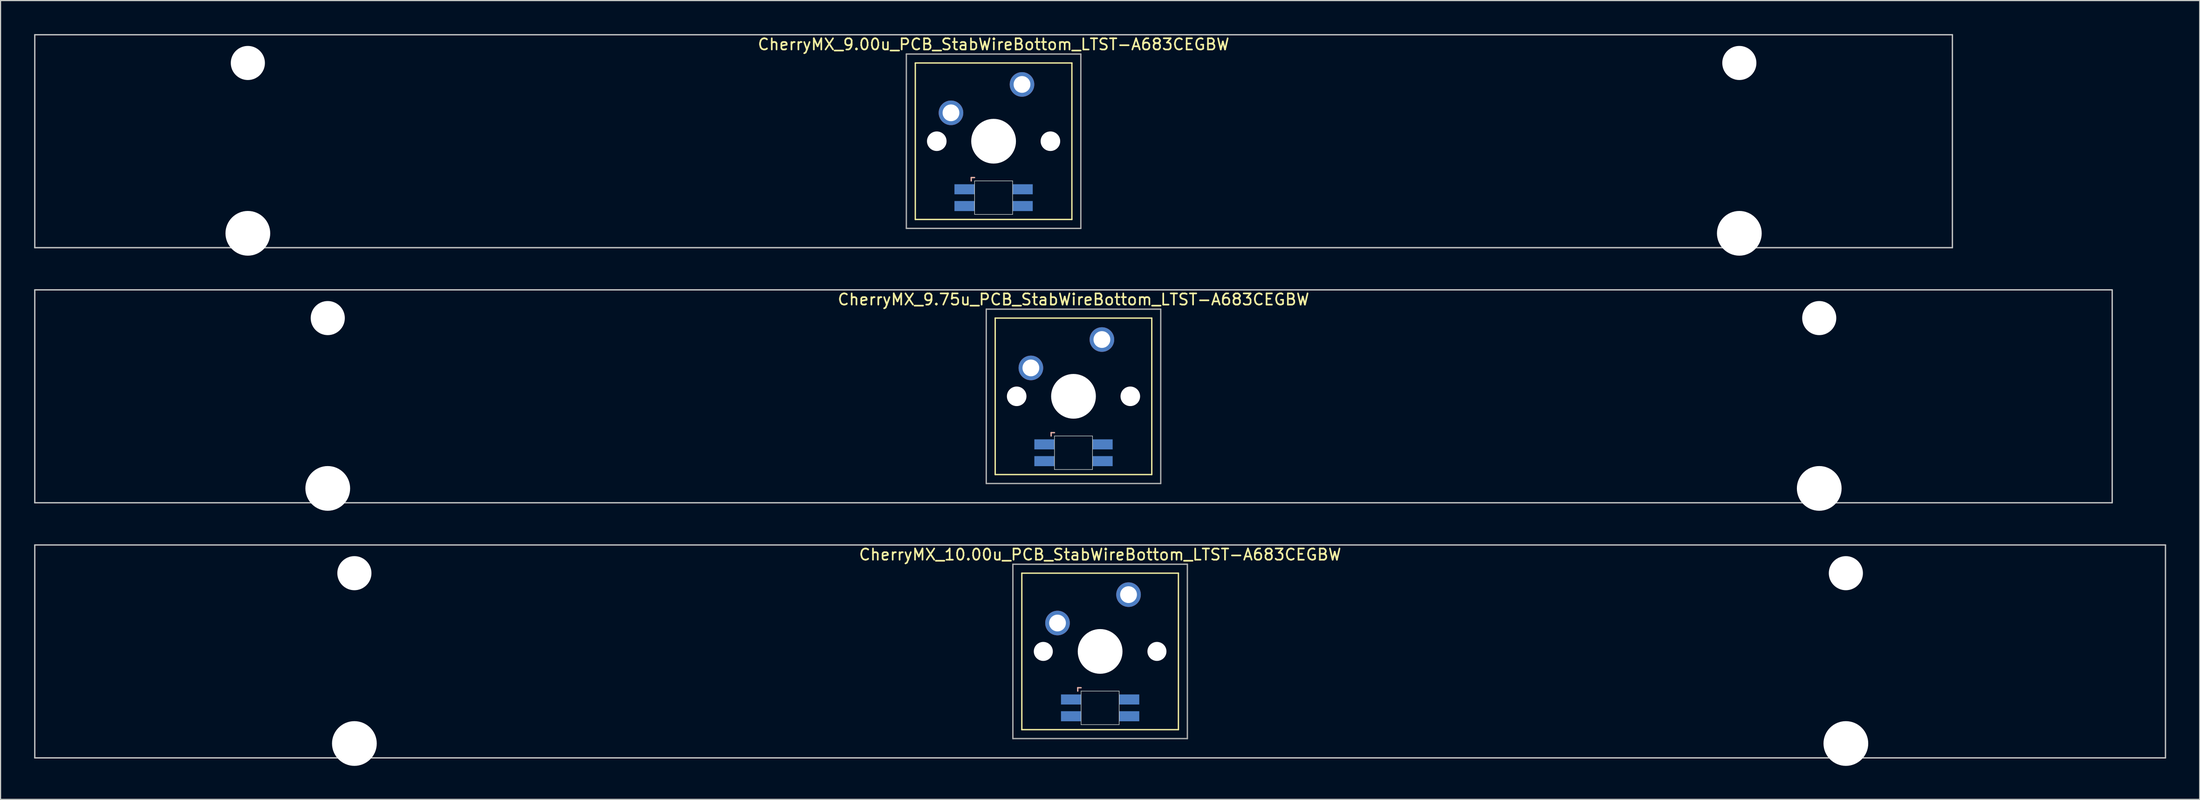
<source format=kicad_pcb>
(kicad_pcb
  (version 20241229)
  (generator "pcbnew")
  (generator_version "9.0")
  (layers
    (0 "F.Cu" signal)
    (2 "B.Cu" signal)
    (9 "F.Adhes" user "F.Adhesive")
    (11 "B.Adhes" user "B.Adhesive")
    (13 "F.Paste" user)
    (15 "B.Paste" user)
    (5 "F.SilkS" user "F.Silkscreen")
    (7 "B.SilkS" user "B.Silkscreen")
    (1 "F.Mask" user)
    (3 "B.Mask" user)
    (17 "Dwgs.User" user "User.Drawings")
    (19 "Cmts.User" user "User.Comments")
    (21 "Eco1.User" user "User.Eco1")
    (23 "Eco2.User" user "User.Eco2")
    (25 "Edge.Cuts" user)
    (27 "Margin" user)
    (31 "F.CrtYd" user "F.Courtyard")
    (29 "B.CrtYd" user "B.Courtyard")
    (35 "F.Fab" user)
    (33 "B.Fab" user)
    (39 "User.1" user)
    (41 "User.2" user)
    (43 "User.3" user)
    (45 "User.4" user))
  (footprint "CherryMX_10.00u_PCB_StabWireBottom_LTST-A683CEGBW"
    (layer "F.Cu")
    (at 95.31 55.235)
    (property "Reference" "CherryMX_10.00u_PCB_StabWireBottom_LTST-A683CEGBW" (at 0 -8.662 0) (layer "F.SilkS") (effects (font (size 1 1) (thickness 0.15))))
    (attr through_hole)
    (fp_line (start -7 -7) (end -7 7) (stroke (width 0.12) (type solid)) (layer "F.SilkS"))
    (fp_line (start -7 -7) (end 7 -7) (stroke (width 0.12) (type solid)) (layer "F.SilkS"))
    (fp_line (start 7 -7) (end 7 7) (stroke (width 0.12) (type solid)) (layer "F.SilkS"))
    (fp_line (start 7 7) (end -7 7) (stroke (width 0.12) (type solid)) (layer "F.SilkS"))
    (fp_line (start -2 3.25) (end -2 3.55) (stroke (width 0.12) (type solid)) (layer "B.SilkS"))
    (fp_line (start -1.7 3.25) (end -2 3.25) (stroke (width 0.12) (type solid)) (layer "B.SilkS"))
    (fp_line (start -95.25 -9.525) (end 95.25 -9.525) (stroke (width 0.12) (type solid)) (layer "Dwgs.User"))
    (fp_line (start -95.25 9.525) (end -95.25 -9.525) (stroke (width 0.12) (type solid)) (layer "Dwgs.User"))
    (fp_line (start 95.25 -9.525) (end 95.25 9.525) (stroke (width 0.12) (type solid)) (layer "Dwgs.User"))
    (fp_line (start 95.25 9.525) (end -95.25 9.525) (stroke (width 0.12) (type solid)) (layer "Dwgs.User"))
    (fp_line (start -1.7 3.55) (end 1.7 3.55) (stroke (width 0.05) (type solid)) (layer "Edge.Cuts"))
    (fp_line (start -1.7 6.55) (end -1.7 3.55) (stroke (width 0.05) (type solid)) (layer "Edge.Cuts"))
    (fp_line (start 1.7 3.55) (end 1.7 6.55) (stroke (width 0.05) (type solid)) (layer "Edge.Cuts"))
    (fp_line (start 1.7 6.55) (end -1.7 6.55) (stroke (width 0.05) (type solid)) (layer "Edge.Cuts"))
    (fp_line (start -7.8 -7.8) (end -7.8 7.8) (stroke (width 0.12) (type solid)) (layer "F.Fab"))
    (fp_line (start -7.8 -7.8) (end 7.8 -7.8) (stroke (width 0.12) (type solid)) (layer "F.Fab"))
    (fp_line (start -7.8 7.8) (end 7.8 7.8) (stroke (width 0.12) (type solid)) (layer "F.Fab"))
    (fp_line (start 7.8 -7.8) (end 7.8 7.8) (stroke (width 0.12) (type solid)) (layer "F.Fab"))
    (pad "" np_thru_hole circle (at -66.675 -7) (size 3.05 3.05) (drill 3.05) (layers "*.Cu" "*.Mask"))
    (pad "" np_thru_hole circle (at -66.675 8.24) (size 4 4) (drill 4) (layers "*.Cu" "*.Mask"))
    (pad "" np_thru_hole circle (at -5.08 0) (size 1.7 1.7) (drill 1.7) (layers "*.Cu" "*.Mask"))
    (pad "" np_thru_hole circle (at 0 0) (size 4 4) (drill 4) (layers "*.Cu" "*.Mask"))
    (pad "" np_thru_hole circle (at 5.08 0) (size 1.7 1.7) (drill 1.7) (layers "*.Cu" "*.Mask"))
    (pad "" np_thru_hole circle (at 66.675 -7) (size 3.05 3.05) (drill 3.05) (layers "*.Cu" "*.Mask"))
    (pad "" np_thru_hole circle (at 66.675 8.24) (size 4 4) (drill 4) (layers "*.Cu" "*.Mask"))
    (pad "1" thru_hole circle (at -3.81 -2.54) (size 2.2 2.2) (drill 1.5) (layers "*.Cu" "*.Mask"))
    (pad "2" thru_hole circle (at 2.54 -5.08) (size 2.2 2.2) (drill 1.5) (layers "*.Cu" "*.Mask"))
    (pad "3" smd rect (at -2.6 4.3) (size 1.8 0.9) (layers "B.Cu" "B.Mask" "B.Paste"))
    (pad "4" smd rect (at -2.6 5.8) (size 1.8 0.9) (layers "B.Cu" "B.Mask" "B.Paste"))
    (pad "5" smd rect (at 2.6 4.3) (size 1.8 0.9) (layers "B.Cu" "B.Mask" "B.Paste"))
    (pad "6" smd rect (at 2.6 5.8) (size 1.8 0.9) (layers "B.Cu" "B.Mask" "B.Paste")))
  (footprint "CherryMX_9.75u_PCB_StabWireBottom_LTST-A683CEGBW"
    (layer "F.Cu")
    (at 92.929 32.41)
    (property "Reference" "CherryMX_9.75u_PCB_StabWireBottom_LTST-A683CEGBW" (at 0 -8.662 0) (layer "F.SilkS") (effects (font (size 1 1) (thickness 0.15))))
    (attr through_hole)
    (fp_line (start -7 -7) (end -7 7) (stroke (width 0.12) (type solid)) (layer "F.SilkS"))
    (fp_line (start -7 -7) (end 7 -7) (stroke (width 0.12) (type solid)) (layer "F.SilkS"))
    (fp_line (start 7 -7) (end 7 7) (stroke (width 0.12) (type solid)) (layer "F.SilkS"))
    (fp_line (start 7 7) (end -7 7) (stroke (width 0.12) (type solid)) (layer "F.SilkS"))
    (fp_line (start -2 3.25) (end -2 3.55) (stroke (width 0.12) (type solid)) (layer "B.SilkS"))
    (fp_line (start -1.7 3.25) (end -2 3.25) (stroke (width 0.12) (type solid)) (layer "B.SilkS"))
    (fp_line (start -92.869 -9.525) (end 92.869 -9.525) (stroke (width 0.12) (type solid)) (layer "Dwgs.User"))
    (fp_line (start -92.869 9.525) (end -92.869 -9.525) (stroke (width 0.12) (type solid)) (layer "Dwgs.User"))
    (fp_line (start 92.869 -9.525) (end 92.869 9.525) (stroke (width 0.12) (type solid)) (layer "Dwgs.User"))
    (fp_line (start 92.869 9.525) (end -92.869 9.525) (stroke (width 0.12) (type solid)) (layer "Dwgs.User"))
    (fp_line (start -1.7 3.55) (end 1.7 3.55) (stroke (width 0.05) (type solid)) (layer "Edge.Cuts"))
    (fp_line (start -1.7 6.55) (end -1.7 3.55) (stroke (width 0.05) (type solid)) (layer "Edge.Cuts"))
    (fp_line (start 1.7 3.55) (end 1.7 6.55) (stroke (width 0.05) (type solid)) (layer "Edge.Cuts"))
    (fp_line (start 1.7 6.55) (end -1.7 6.55) (stroke (width 0.05) (type solid)) (layer "Edge.Cuts"))
    (fp_line (start -7.8 -7.8) (end -7.8 7.8) (stroke (width 0.12) (type solid)) (layer "F.Fab"))
    (fp_line (start -7.8 -7.8) (end 7.8 -7.8) (stroke (width 0.12) (type solid)) (layer "F.Fab"))
    (fp_line (start -7.8 7.8) (end 7.8 7.8) (stroke (width 0.12) (type solid)) (layer "F.Fab"))
    (fp_line (start 7.8 -7.8) (end 7.8 7.8) (stroke (width 0.12) (type solid)) (layer "F.Fab"))
    (pad "" np_thru_hole circle (at -66.675 -7) (size 3.05 3.05) (drill 3.05) (layers "*.Cu" "*.Mask"))
    (pad "" np_thru_hole circle (at -66.675 8.24) (size 4 4) (drill 4) (layers "*.Cu" "*.Mask"))
    (pad "" np_thru_hole circle (at -5.08 0) (size 1.75 1.75) (drill 1.75) (layers "*.Cu" "*.Mask"))
    (pad "" np_thru_hole circle (at 0 0) (size 4 4) (drill 4) (layers "*.Cu" "*.Mask"))
    (pad "" np_thru_hole circle (at 5.08 0) (size 1.75 1.75) (drill 1.75) (layers "*.Cu" "*.Mask"))
    (pad "" np_thru_hole circle (at 66.675 -7) (size 3.05 3.05) (drill 3.05) (layers "*.Cu" "*.Mask"))
    (pad "" np_thru_hole circle (at 66.675 8.24) (size 4 4) (drill 4) (layers "*.Cu" "*.Mask"))
    (pad "1" thru_hole circle (at -3.81 -2.54) (size 2.2 2.2) (drill 1.5) (layers "*.Cu" "*.Mask"))
    (pad "2" thru_hole circle (at 2.54 -5.08) (size 2.2 2.2) (drill 1.5) (layers "*.Cu" "*.Mask"))
    (pad "3" smd rect (at -2.6 4.3) (size 1.8 0.9) (layers "B.Cu" "B.Mask" "B.Paste"))
    (pad "4" smd rect (at -2.6 5.8) (size 1.8 0.9) (layers "B.Cu" "B.Mask" "B.Paste"))
    (pad "5" smd rect (at 2.6 4.3) (size 1.8 0.9) (layers "B.Cu" "B.Mask" "B.Paste"))
    (pad "6" smd rect (at 2.6 5.8) (size 1.8 0.9) (layers "B.Cu" "B.Mask" "B.Paste")))
  (footprint "CherryMX_9.00u_PCB_StabWireBottom_LTST-A683CEGBW"
    (layer "F.Cu")
    (at 85.785 9.585)
    (property "Reference" "CherryMX_9.00u_PCB_StabWireBottom_LTST-A683CEGBW" (at 0 -8.662 0) (layer "F.SilkS") (effects (font (size 1 1) (thickness 0.15))))
    (attr through_hole)
    (fp_line (start -7 -7) (end -7 7) (stroke (width 0.12) (type solid)) (layer "F.SilkS"))
    (fp_line (start -7 -7) (end 7 -7) (stroke (width 0.12) (type solid)) (layer "F.SilkS"))
    (fp_line (start 7 -7) (end 7 7) (stroke (width 0.12) (type solid)) (layer "F.SilkS"))
    (fp_line (start 7 7) (end -7 7) (stroke (width 0.12) (type solid)) (layer "F.SilkS"))
    (fp_line (start -2 3.25) (end -2 3.55) (stroke (width 0.12) (type solid)) (layer "B.SilkS"))
    (fp_line (start -1.7 3.25) (end -2 3.25) (stroke (width 0.12) (type solid)) (layer "B.SilkS"))
    (fp_line (start -85.725 -9.525) (end 85.725 -9.525) (stroke (width 0.12) (type solid)) (layer "Dwgs.User"))
    (fp_line (start -85.725 9.525) (end -85.725 -9.525) (stroke (width 0.12) (type solid)) (layer "Dwgs.User"))
    (fp_line (start 85.725 -9.525) (end 85.725 9.525) (stroke (width 0.12) (type solid)) (layer "Dwgs.User"))
    (fp_line (start 85.725 9.525) (end -85.725 9.525) (stroke (width 0.12) (type solid)) (layer "Dwgs.User"))
    (fp_line (start -1.7 3.55) (end 1.7 3.55) (stroke (width 0.05) (type solid)) (layer "Edge.Cuts"))
    (fp_line (start -1.7 6.55) (end -1.7 3.55) (stroke (width 0.05) (type solid)) (layer "Edge.Cuts"))
    (fp_line (start 1.7 3.55) (end 1.7 6.55) (stroke (width 0.05) (type solid)) (layer "Edge.Cuts"))
    (fp_line (start 1.7 6.55) (end -1.7 6.55) (stroke (width 0.05) (type solid)) (layer "Edge.Cuts"))
    (fp_line (start -7.8 -7.8) (end -7.8 7.8) (stroke (width 0.12) (type solid)) (layer "F.Fab"))
    (fp_line (start -7.8 -7.8) (end 7.8 -7.8) (stroke (width 0.12) (type solid)) (layer "F.Fab"))
    (fp_line (start -7.8 7.8) (end 7.8 7.8) (stroke (width 0.12) (type solid)) (layer "F.Fab"))
    (fp_line (start 7.8 -7.8) (end 7.8 7.8) (stroke (width 0.12) (type solid)) (layer "F.Fab"))
    (pad "" np_thru_hole circle (at -66.675 -7) (size 3.05 3.05) (drill 3.05) (layers "*.Cu" "*.Mask"))
    (pad "" np_thru_hole circle (at -66.675 8.24) (size 4 4) (drill 4) (layers "*.Cu" "*.Mask"))
    (pad "" np_thru_hole circle (at -5.08 0) (size 1.75 1.75) (drill 1.75) (layers "*.Cu" "*.Mask"))
    (pad "" np_thru_hole circle (at 0 0) (size 4 4) (drill 4) (layers "*.Cu" "*.Mask"))
    (pad "" np_thru_hole circle (at 5.08 0) (size 1.75 1.75) (drill 1.75) (layers "*.Cu" "*.Mask"))
    (pad "" np_thru_hole circle (at 66.675 -7) (size 3.05 3.05) (drill 3.05) (layers "*.Cu" "*.Mask"))
    (pad "" np_thru_hole circle (at 66.675 8.24) (size 4 4) (drill 4) (layers "*.Cu" "*.Mask"))
    (pad "1" thru_hole circle (at -3.81 -2.54) (size 2.2 2.2) (drill 1.5) (layers "*.Cu" "*.Mask"))
    (pad "2" thru_hole circle (at 2.54 -5.08) (size 2.2 2.2) (drill 1.5) (layers "*.Cu" "*.Mask"))
    (pad "3" smd rect (at -2.6 4.3) (size 1.8 0.9) (layers "B.Cu" "B.Mask" "B.Paste"))
    (pad "4" smd rect (at -2.6 5.8) (size 1.8 0.9) (layers "B.Cu" "B.Mask" "B.Paste"))
    (pad "5" smd rect (at 2.6 4.3) (size 1.8 0.9) (layers "B.Cu" "B.Mask" "B.Paste"))
    (pad "6" smd rect (at 2.6 5.8) (size 1.8 0.9) (layers "B.Cu" "B.Mask" "B.Paste")))
  (gr_rect
    (start -3 -3)
    (end 193.62 68.475)
    (stroke (width 0.1) (type default))
    (fill no)
    (layer "Edge.Cuts")))
</source>
